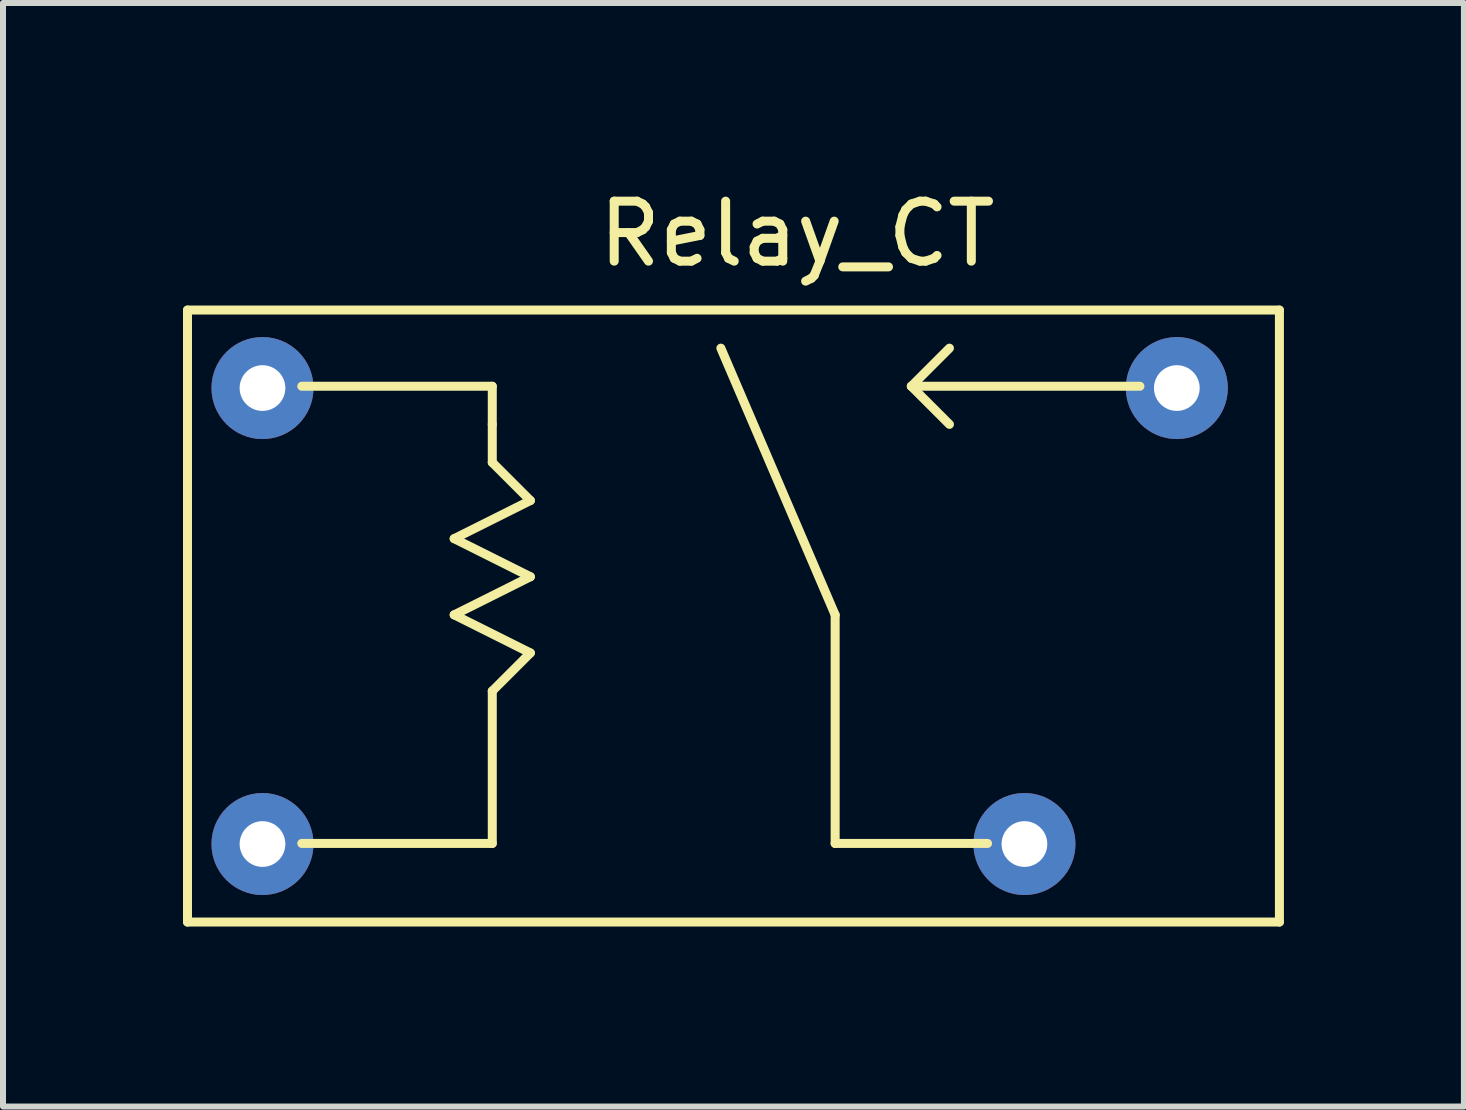
<source format=kicad_pcb>
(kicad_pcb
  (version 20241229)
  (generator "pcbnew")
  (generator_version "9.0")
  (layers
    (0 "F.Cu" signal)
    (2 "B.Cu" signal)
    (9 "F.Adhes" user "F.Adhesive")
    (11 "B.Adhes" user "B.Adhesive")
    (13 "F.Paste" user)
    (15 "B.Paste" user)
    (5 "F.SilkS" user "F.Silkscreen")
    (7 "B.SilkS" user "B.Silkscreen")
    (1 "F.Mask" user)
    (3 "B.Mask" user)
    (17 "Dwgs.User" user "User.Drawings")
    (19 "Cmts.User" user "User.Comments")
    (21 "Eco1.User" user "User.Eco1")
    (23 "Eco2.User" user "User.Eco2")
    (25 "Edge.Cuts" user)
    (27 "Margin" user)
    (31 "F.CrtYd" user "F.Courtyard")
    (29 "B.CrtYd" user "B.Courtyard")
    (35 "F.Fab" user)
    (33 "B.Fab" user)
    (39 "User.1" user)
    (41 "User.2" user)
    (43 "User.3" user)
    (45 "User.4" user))
  (footprint "Relay_CT"
    (layer "F.Cu")
    (at 8.965 0.848)
    (property "Reference" "Relay_CT" (at 1.27 0 0) (layer "F.SilkS") (effects (font (size 1 1) (thickness 0.15))))
    (attr through_hole)
    (fp_line (start -8.89 1.27) (end -8.89 11.47) (stroke (width 0.15) (type solid)) (layer "F.SilkS"))
    (fp_line (start -8.89 11.47) (end 9.31 11.47) (stroke (width 0.15) (type solid)) (layer "F.SilkS"))
    (fp_line (start -6.985 2.54) (end -3.81 2.54) (stroke (width 0.15) (type solid)) (layer "F.SilkS"))
    (fp_line (start -4.445 5.08) (end -3.175 5.715) (stroke (width 0.15) (type solid)) (layer "F.SilkS"))
    (fp_line (start -4.445 6.35) (end -3.175 6.985) (stroke (width 0.15) (type solid)) (layer "F.SilkS"))
    (fp_line (start -3.81 2.54) (end -3.81 3.175) (stroke (width 0.15) (type solid)) (layer "F.SilkS"))
    (fp_line (start -3.81 3.175) (end -3.81 3.81) (stroke (width 0.15) (type solid)) (layer "F.SilkS"))
    (fp_line (start -3.81 3.81) (end -3.175 4.445) (stroke (width 0.15) (type solid)) (layer "F.SilkS"))
    (fp_line (start -3.81 7.62) (end -3.81 10.16) (stroke (width 0.15) (type solid)) (layer "F.SilkS"))
    (fp_line (start -3.81 10.16) (end -6.985 10.16) (stroke (width 0.15) (type solid)) (layer "F.SilkS"))
    (fp_line (start -3.175 4.445) (end -4.445 5.08) (stroke (width 0.15) (type solid)) (layer "F.SilkS"))
    (fp_line (start -3.175 5.715) (end -4.445 6.35) (stroke (width 0.15) (type solid)) (layer "F.SilkS"))
    (fp_line (start -3.175 6.985) (end -3.81 7.62) (stroke (width 0.15) (type solid)) (layer "F.SilkS"))
    (fp_line (start 0 1.905) (end 1.905 6.35) (stroke (width 0.15) (type solid)) (layer "F.SilkS"))
    (fp_line (start 1.905 6.35) (end 1.905 10.16) (stroke (width 0.15) (type solid)) (layer "F.SilkS"))
    (fp_line (start 3.175 2.54) (end 3.81 1.905) (stroke (width 0.15) (type solid)) (layer "F.SilkS"))
    (fp_line (start 3.81 3.175) (end 3.175 2.54) (stroke (width 0.15) (type solid)) (layer "F.SilkS"))
    (fp_line (start 4.445 10.16) (end 1.905 10.16) (stroke (width 0.15) (type solid)) (layer "F.SilkS"))
    (fp_line (start 6.985 2.54) (end 3.175 2.54) (stroke (width 0.15) (type solid)) (layer "F.SilkS"))
    (fp_line (start 9.31 1.27) (end -8.89 1.27) (stroke (width 0.15) (type solid)) (layer "F.SilkS"))
    (fp_line (start 9.31 11.47) (end 9.31 1.27) (stroke (width 0.15) (type solid)) (layer "F.SilkS"))
    (pad "b1" thru_hole circle (at -7.64 2.57) (size 1.7 1.7) (drill 0.762) (layers "*.Cu" "*.Mask"))
    (pad "b2" thru_hole circle (at -7.64 10.17) (size 1.7 1.7) (drill 0.762) (layers "*.Cu" "*.Mask"))
    (pad "c1" thru_hole circle (at 7.6 2.57) (size 1.7 1.7) (drill 0.762) (layers "*.Cu" "*.Mask"))
    (pad "c2" thru_hole circle (at 5.06 10.17 90) (size 1.7 1.7) (drill 0.762) (layers "*.Cu" "*.Mask")))
  (gr_rect
    (start -3 -3)
    (end 21.35 15.393)
    (stroke (width 0.1) (type default))
    (fill no)
    (layer "Edge.Cuts")))
</source>
